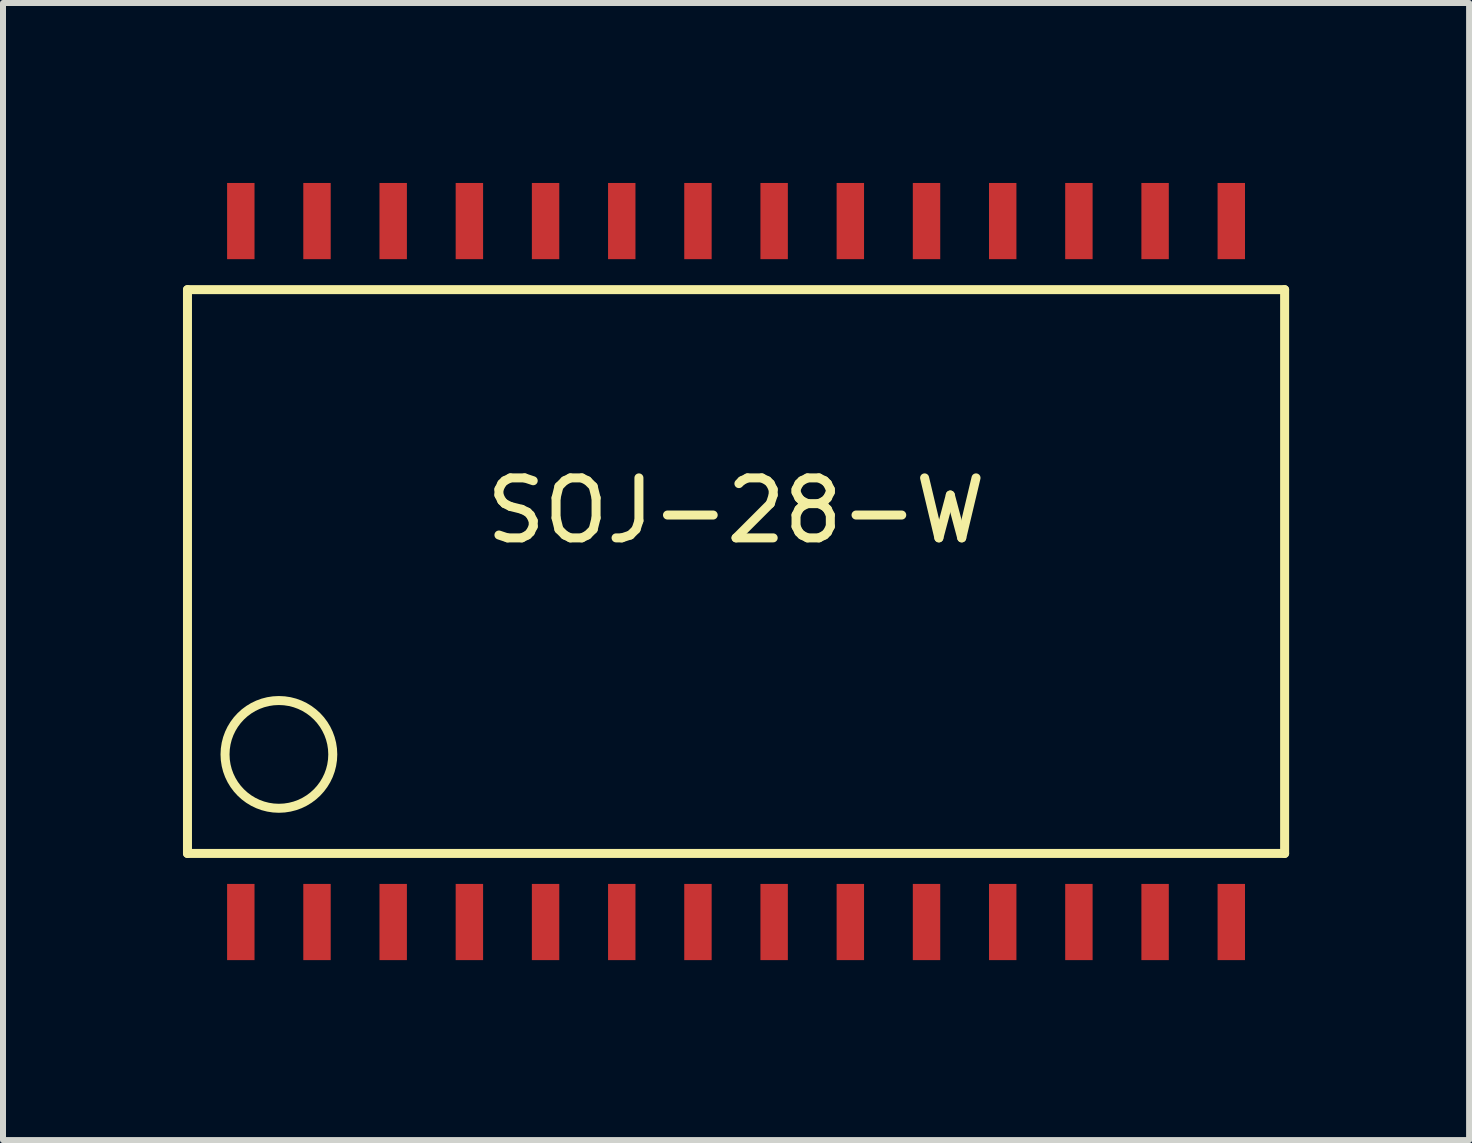
<source format=kicad_pcb>
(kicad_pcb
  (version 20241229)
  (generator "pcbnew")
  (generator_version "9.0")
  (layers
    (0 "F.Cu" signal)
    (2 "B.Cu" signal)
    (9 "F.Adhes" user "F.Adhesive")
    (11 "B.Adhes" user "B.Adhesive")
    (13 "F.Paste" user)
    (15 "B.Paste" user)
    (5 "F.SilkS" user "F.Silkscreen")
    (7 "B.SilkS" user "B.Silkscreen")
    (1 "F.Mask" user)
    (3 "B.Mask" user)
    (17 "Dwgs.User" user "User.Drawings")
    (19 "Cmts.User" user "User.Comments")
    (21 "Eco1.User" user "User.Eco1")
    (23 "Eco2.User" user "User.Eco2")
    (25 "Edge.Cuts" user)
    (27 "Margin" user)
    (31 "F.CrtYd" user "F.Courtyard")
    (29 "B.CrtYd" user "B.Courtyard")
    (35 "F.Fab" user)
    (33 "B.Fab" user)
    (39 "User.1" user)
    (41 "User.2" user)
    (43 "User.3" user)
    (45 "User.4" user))
  (footprint "SOJ-28-W"
    (layer "F.Cu")
    (at 9.219 6.477)
    (property "Reference" "SOJ-28-W" (at 0 -1.016 0) (layer "F.SilkS") (effects (font (size 1 1) (thickness 0.15))))
    (attr smd)
    (fp_line (start -9.144 -4.699) (end -9.144 4.699) (stroke (width 0.15) (type solid)) (layer "F.SilkS"))
    (fp_line (start -9.144 -4.699) (end 9.144 -4.699) (stroke (width 0.15) (type solid)) (layer "F.SilkS"))
    (fp_line (start 9.144 4.699) (end -9.144 4.699) (stroke (width 0.15) (type solid)) (layer "F.SilkS"))
    (fp_line (start 9.144 4.699) (end 9.144 -4.699) (stroke (width 0.15) (type solid)) (layer "F.SilkS"))
    (fp_circle (center -7.62 3.048) (end -8.255 2.413) (stroke (width 0.15) (type solid)) (fill no) (layer "F.SilkS"))
    (pad "1" smd rect (at -8.255 5.842) (size 0.457 1.27) (layers "F.Cu" "F.Mask" "F.Paste"))
    (pad "2" smd rect (at -6.985 5.842) (size 0.457 1.27) (layers "F.Cu" "F.Mask" "F.Paste"))
    (pad "3" smd rect (at -5.715 5.842) (size 0.457 1.27) (layers "F.Cu" "F.Mask" "F.Paste"))
    (pad "4" smd rect (at -4.445 5.842) (size 0.457 1.27) (layers "F.Cu" "F.Mask" "F.Paste"))
    (pad "5" smd rect (at -3.175 5.842) (size 0.457 1.27) (layers "F.Cu" "F.Mask" "F.Paste"))
    (pad "6" smd rect (at -1.905 5.842) (size 0.457 1.27) (layers "F.Cu" "F.Mask" "F.Paste"))
    (pad "7" smd rect (at -0.635 5.842) (size 0.457 1.27) (layers "F.Cu" "F.Mask" "F.Paste"))
    (pad "8" smd rect (at 0.635 5.842) (size 0.457 1.27) (layers "F.Cu" "F.Mask" "F.Paste"))
    (pad "9" smd rect (at 1.905 5.842) (size 0.457 1.27) (layers "F.Cu" "F.Mask" "F.Paste"))
    (pad "10" smd rect (at 3.175 5.842) (size 0.457 1.27) (layers "F.Cu" "F.Mask" "F.Paste"))
    (pad "11" smd rect (at 4.445 5.842) (size 0.457 1.27) (layers "F.Cu" "F.Mask" "F.Paste"))
    (pad "12" smd rect (at 5.715 5.842) (size 0.457 1.27) (layers "F.Cu" "F.Mask" "F.Paste"))
    (pad "13" smd rect (at 6.985 5.842) (size 0.457 1.27) (layers "F.Cu" "F.Mask" "F.Paste"))
    (pad "14" smd rect (at 8.255 5.842) (size 0.457 1.27) (layers "F.Cu" "F.Mask" "F.Paste"))
    (pad "15" smd rect (at 8.255 -5.842) (size 0.457 1.27) (layers "F.Cu" "F.Mask" "F.Paste"))
    (pad "16" smd rect (at 6.985 -5.842) (size 0.457 1.27) (layers "F.Cu" "F.Mask" "F.Paste"))
    (pad "17" smd rect (at 5.715 -5.842) (size 0.457 1.27) (layers "F.Cu" "F.Mask" "F.Paste"))
    (pad "18" smd rect (at 4.445 -5.842) (size 0.457 1.27) (layers "F.Cu" "F.Mask" "F.Paste"))
    (pad "19" smd rect (at 3.175 -5.842) (size 0.457 1.27) (layers "F.Cu" "F.Mask" "F.Paste"))
    (pad "20" smd rect (at 1.905 -5.842) (size 0.457 1.27) (layers "F.Cu" "F.Mask" "F.Paste"))
    (pad "21" smd rect (at 0.635 -5.842) (size 0.457 1.27) (layers "F.Cu" "F.Mask" "F.Paste"))
    (pad "22" smd rect (at -0.635 -5.842) (size 0.457 1.27) (layers "F.Cu" "F.Mask" "F.Paste"))
    (pad "23" smd rect (at -1.905 -5.842) (size 0.457 1.27) (layers "F.Cu" "F.Mask" "F.Paste"))
    (pad "24" smd rect (at -3.175 -5.842) (size 0.457 1.27) (layers "F.Cu" "F.Mask" "F.Paste"))
    (pad "25" smd rect (at -4.445 -5.842) (size 0.457 1.27) (layers "F.Cu" "F.Mask" "F.Paste"))
    (pad "26" smd rect (at -5.715 -5.842) (size 0.457 1.27) (layers "F.Cu" "F.Mask" "F.Paste"))
    (pad "27" smd rect (at -6.985 -5.842) (size 0.457 1.27) (layers "F.Cu" "F.Mask" "F.Paste"))
    (pad "28" smd rect (at -8.255 -5.842) (size 0.457 1.27) (layers "F.Cu" "F.Mask" "F.Paste")))
  (gr_rect
    (start -3 -3)
    (end 21.438 15.954)
    (stroke (width 0.1) (type default))
    (fill no)
    (layer "Edge.Cuts")))
</source>
